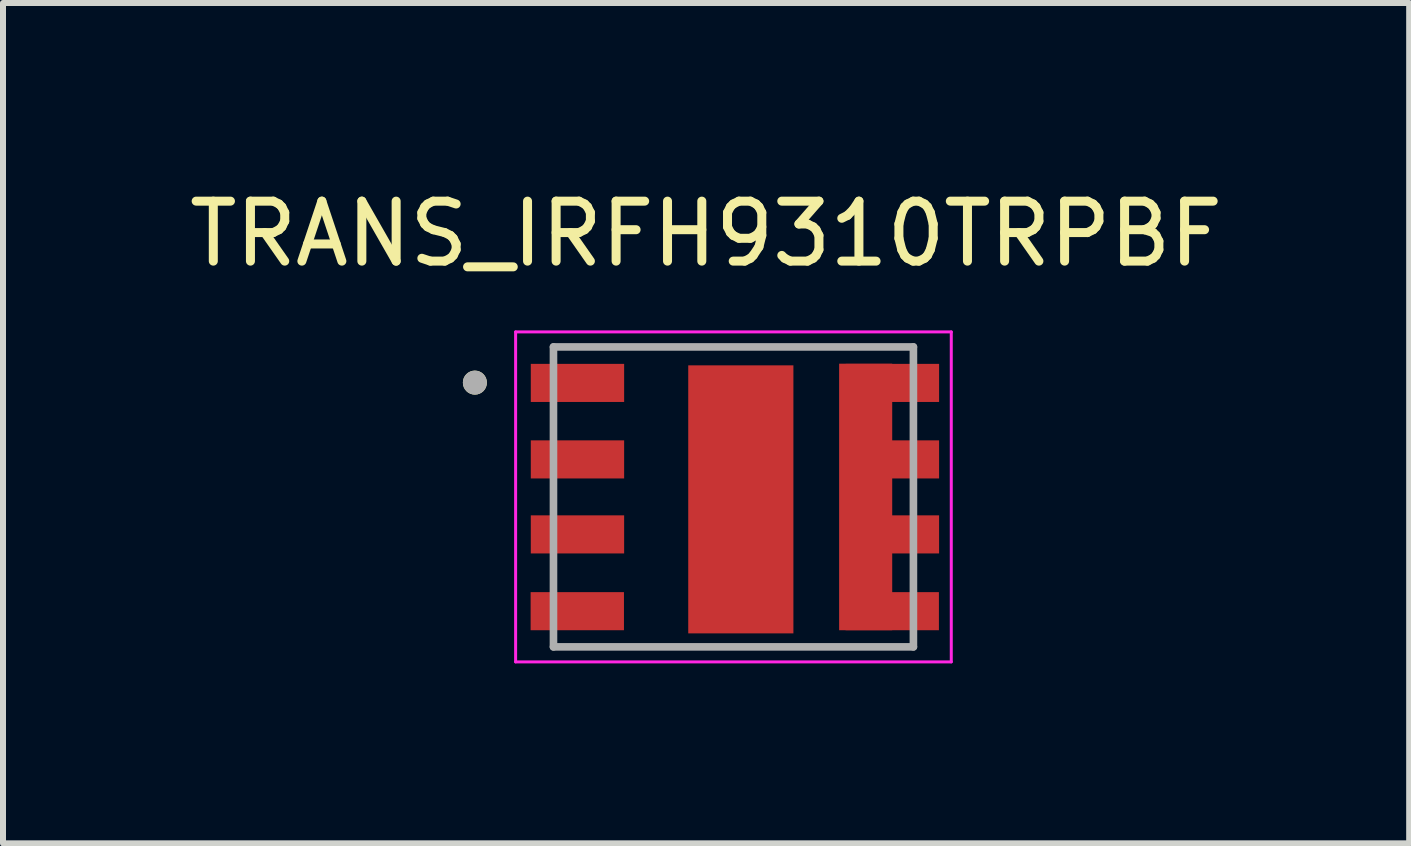
<source format=kicad_pcb>
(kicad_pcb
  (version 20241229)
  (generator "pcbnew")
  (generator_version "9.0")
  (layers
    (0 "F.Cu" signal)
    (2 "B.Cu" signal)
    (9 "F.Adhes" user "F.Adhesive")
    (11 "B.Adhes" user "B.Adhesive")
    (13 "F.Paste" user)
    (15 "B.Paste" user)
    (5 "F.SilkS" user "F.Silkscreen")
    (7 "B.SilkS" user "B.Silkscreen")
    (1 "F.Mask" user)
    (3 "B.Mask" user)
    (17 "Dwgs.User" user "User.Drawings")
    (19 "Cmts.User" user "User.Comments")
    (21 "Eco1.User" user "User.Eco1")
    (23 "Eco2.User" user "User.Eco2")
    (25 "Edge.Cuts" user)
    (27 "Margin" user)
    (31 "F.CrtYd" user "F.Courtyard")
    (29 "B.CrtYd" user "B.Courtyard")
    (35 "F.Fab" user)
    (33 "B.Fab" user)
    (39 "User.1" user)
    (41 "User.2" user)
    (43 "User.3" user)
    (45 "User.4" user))
  (footprint "TRANS_IRFH9310TRPBF"
    (layer "F.Cu")
    (at 9.176 5.233)
    (property "Reference" "TRANS_IRFH9310TRPBF" (at -0.456 -4.385 0) (layer "F.SilkS") (effects (font (size 1 1) (thickness 0.15))))
    (attr smd)
    (fp_circle (center -4.31 -1.905) (end -4.21 -1.905) (stroke (width 0.2) (type solid)) (fill no) (layer "F.SilkS"))
    (fp_line (start -3.631 -2.75) (end -3.631 2.75) (stroke (width 0.05) (type solid)) (layer "F.CrtYd"))
    (fp_line (start -3.631 2.75) (end 3.631 2.75) (stroke (width 0.05) (type solid)) (layer "F.CrtYd"))
    (fp_line (start 3.631 -2.75) (end -3.631 -2.75) (stroke (width 0.05) (type solid)) (layer "F.CrtYd"))
    (fp_line (start 3.631 2.75) (end 3.631 -2.75) (stroke (width 0.05) (type solid)) (layer "F.CrtYd"))
    (fp_line (start -3 -2.5) (end 3 -2.5) (stroke (width 0.127) (type solid)) (layer "F.Fab"))
    (fp_line (start -3 2.5) (end -3 -2.5) (stroke (width 0.127) (type solid)) (layer "F.Fab"))
    (fp_line (start 3 -2.5) (end 3 2.5) (stroke (width 0.127) (type solid)) (layer "F.Fab"))
    (fp_line (start 3 2.5) (end -3 2.5) (stroke (width 0.127) (type solid)) (layer "F.Fab"))
    (fp_circle (center -4.31 -1.905) (end -4.21 -1.905) (stroke (width 0.2) (type solid)) (fill no) (layer "F.Fab"))
    (pad "1" smd rect (at -2.6 -1.9) (size 1.556 0.635) (layers "F.Cu" "F.Mask" "F.Paste"))
    (pad "2" smd rect (at -2.6 -0.625) (size 1.556 0.635) (layers "F.Cu" "F.Mask" "F.Paste"))
    (pad "3" smd rect (at -2.6 0.625) (size 1.556 0.635) (layers "F.Cu" "F.Mask" "F.Paste"))
    (pad "4" smd rect (at -2.603 1.905) (size 1.556 0.635) (layers "F.Cu" "F.Mask" "F.Paste"))
    (pad "5" smd rect (at 2.65 -1.9) (size 1.556 0.635) (layers "F.Cu" "F.Mask" "F.Paste"))
    (pad "6" smd rect (at 2.65 -0.625) (size 1.556 0.635) (layers "F.Cu" "F.Mask" "F.Paste"))
    (pad "7" smd rect (at 2.65 0.625) (size 1.556 0.635) (layers "F.Cu" "F.Mask" "F.Paste"))
    (pad "8" smd rect (at 2.204 0.001) (size 0.885 4.443) (layers "F.Cu" "F.Mask" "F.Paste"))
    (pad "8" smd rect (at 2.647 1.905) (size 1.556 0.635) (layers "F.Cu" "F.Mask" "F.Paste"))
    (pad "S" smd rect (at 0.123 0.041) (size 1.753 4.468) (layers "F.Cu" "F.Mask" "F.Paste")))
  (gr_rect
    (start -3 -3)
    (end 20.44 11.008)
    (stroke (width 0.1) (type default))
    (fill no)
    (layer "Edge.Cuts")))
</source>
